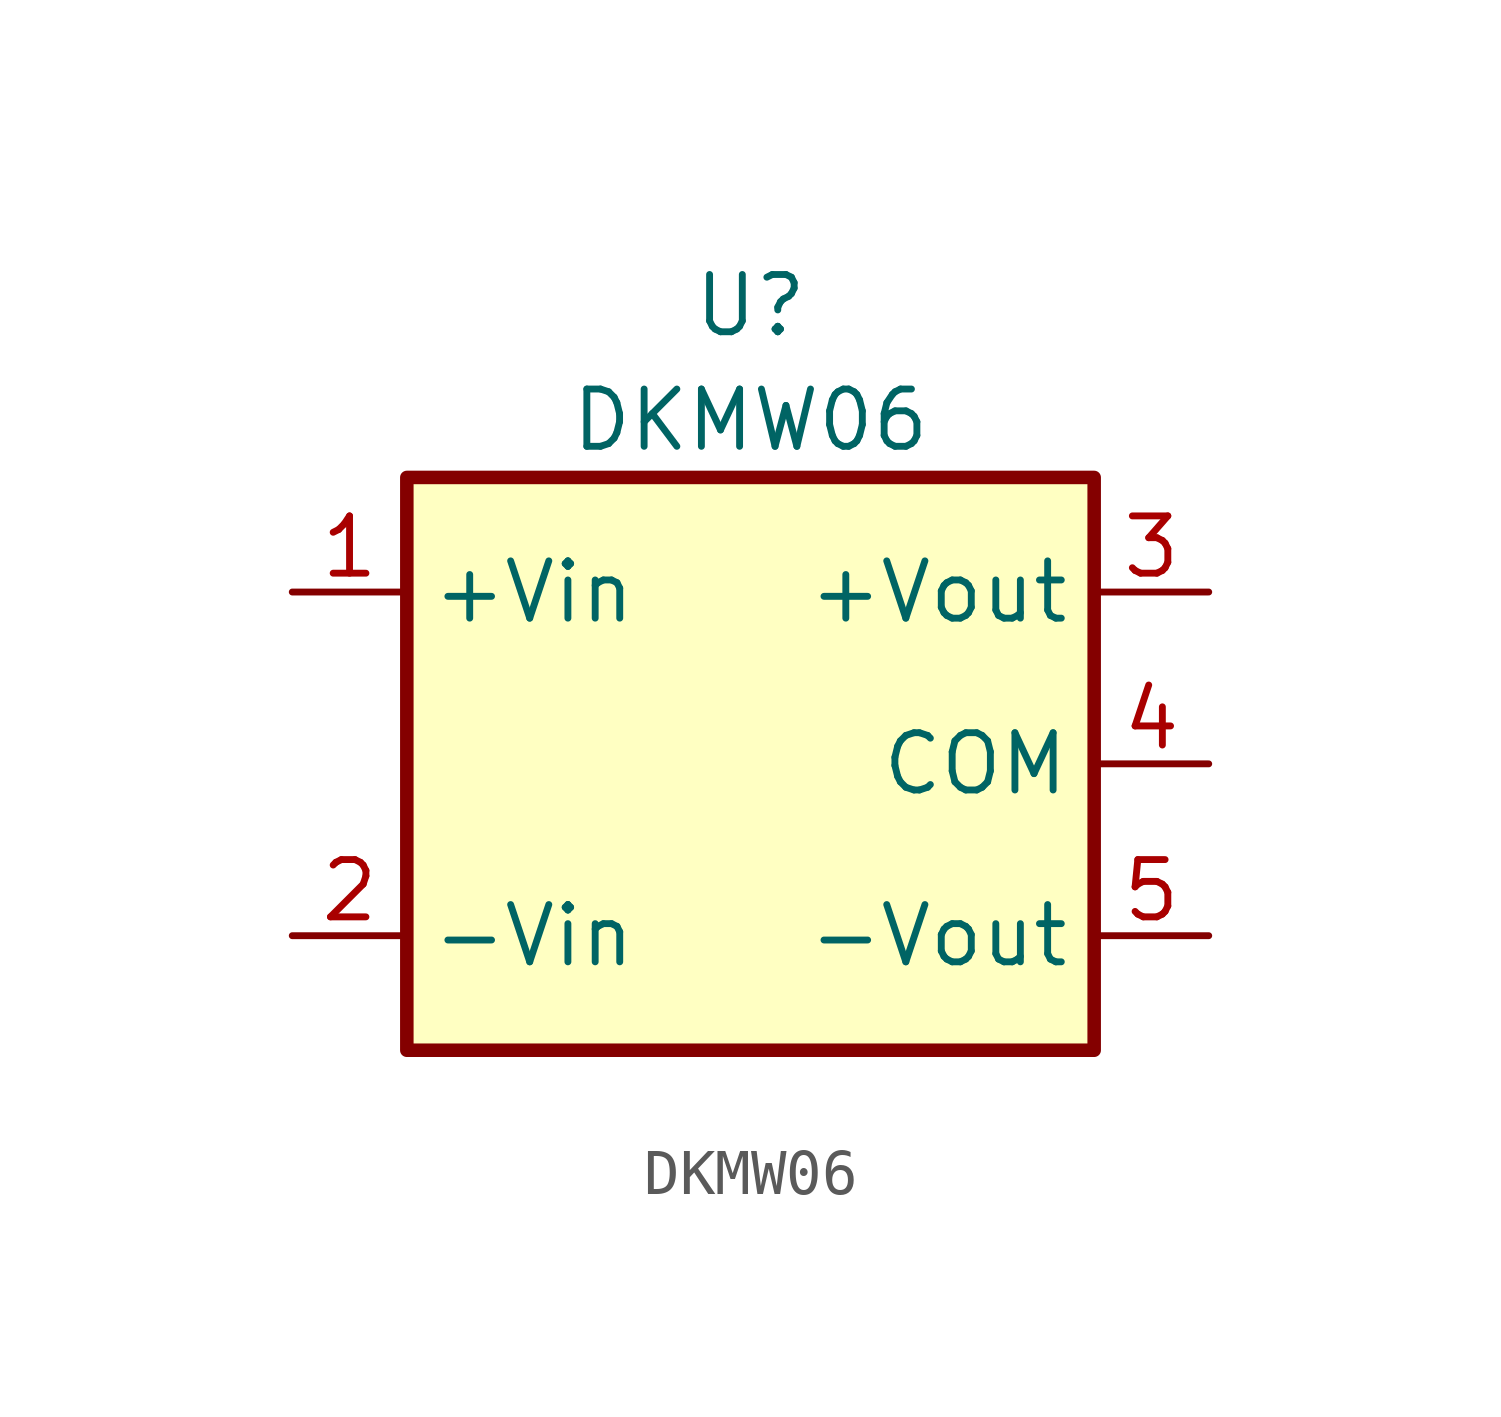
<source format=kicad_sym>
(kicad_symbol_lib
  (version 20211014)
  (generator kicad_symbol_editor)
  (symbol "DKMW06"
    (property "Reference" "U"
      (at 0 10.16 0)
      (effects (font (size 1.27 1.27))))
    (property "Value" "DKMW06"
      (at 0 7.62 0)
      (effects (font (size 1.27 1.27))))
    (symbol "DKMW06_0_1"
      (rectangle (start -7.62 6.35) (end 7.62 -6.35) (stroke (width 0.3) (type default) (color 0 0 0 0)) (fill (type background))))
    (symbol "DKMW06_1_1"
      (pin power_in line (at -10.16 3.81 0) (length 2.54) (name "+Vin" (effects (font (size 1.27 1.27)))) (number "1" (effects (font (size 1.27 1.27)))))
      (pin power_in line (at -10.16 -3.81 0) (length 2.54) (name "-Vin" (effects (font (size 1.27 1.27)))) (number "2" (effects (font (size 1.27 1.27)))))
      (pin power_out line (at 10.16 3.81 180) (length 2.54) (name "+Vout" (effects (font (size 1.27 1.27)))) (number "3" (effects (font (size 1.27 1.27)))))
      (pin power_out line (at 10.16 0 180) (length 2.54) (name "COM" (effects (font (size 1.27 1.27)))) (number "4" (effects (font (size 1.27 1.27)))))
      (pin power_out line (at 10.16 -3.81 180) (length 2.54) (name "-Vout" (effects (font (size 1.27 1.27)))) (number "5" (effects (font (size 1.27 1.27))))))))
</source>
